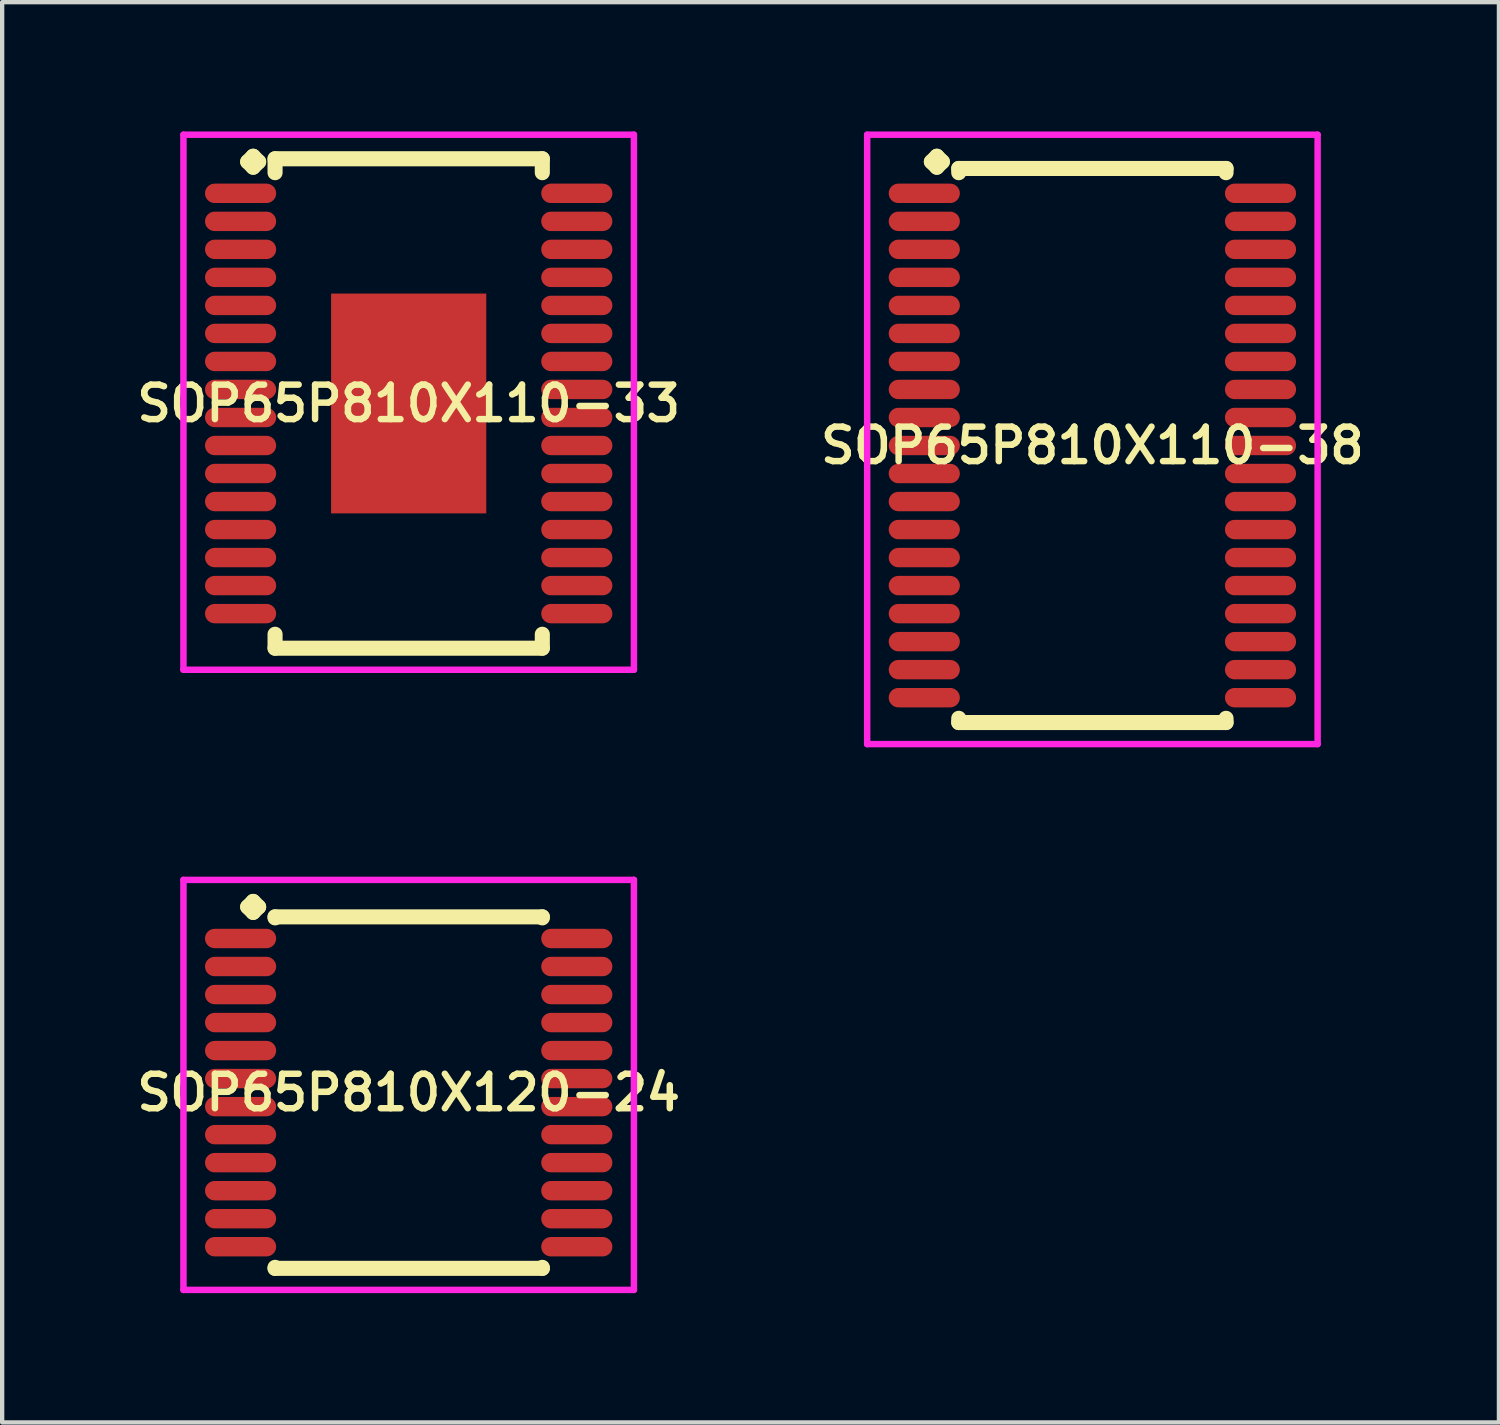
<source format=kicad_pcb>
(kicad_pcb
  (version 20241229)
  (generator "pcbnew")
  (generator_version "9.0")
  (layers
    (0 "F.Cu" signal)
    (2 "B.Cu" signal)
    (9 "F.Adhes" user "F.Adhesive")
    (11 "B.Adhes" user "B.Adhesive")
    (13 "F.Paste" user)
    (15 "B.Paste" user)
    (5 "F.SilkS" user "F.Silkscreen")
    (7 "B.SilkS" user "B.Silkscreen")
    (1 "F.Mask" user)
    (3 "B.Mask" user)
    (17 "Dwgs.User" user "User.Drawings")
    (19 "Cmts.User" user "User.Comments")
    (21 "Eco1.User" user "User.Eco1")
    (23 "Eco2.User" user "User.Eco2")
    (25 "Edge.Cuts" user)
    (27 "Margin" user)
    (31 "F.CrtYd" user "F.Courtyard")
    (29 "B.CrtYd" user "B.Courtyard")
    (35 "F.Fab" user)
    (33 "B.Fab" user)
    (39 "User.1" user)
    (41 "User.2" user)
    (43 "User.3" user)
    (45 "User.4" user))
  (footprint "SOP65P810X110-38"
    (layer "F.Cu")
    (at 22.292 7.285)
    (property "Reference" "SOP65P810X110-38" (at 0 0 0) (layer "F.SilkS") (effects (font (size 0.8 0.8) (thickness 0.15))))
    (attr smd)
    (fp_line (start -3.735 -6.583) (end -3.608 -6.71) (stroke (width 0.35) (type solid)) (layer "F.SilkS"))
    (fp_line (start -3.608 -6.71) (end -3.481 -6.583) (stroke (width 0.35) (type solid)) (layer "F.SilkS"))
    (fp_line (start -3.608 -6.456) (end -3.735 -6.583) (stroke (width 0.35) (type solid)) (layer "F.SilkS"))
    (fp_line (start -3.481 -6.583) (end -3.608 -6.456) (stroke (width 0.35) (type solid)) (layer "F.SilkS"))
    (fp_line (start -3.1 -6.427) (end 3.1 -6.427) (stroke (width 0.35) (type solid)) (layer "F.SilkS"))
    (fp_line (start -3.1 -6.329) (end -3.1 -6.427) (stroke (width 0.35) (type solid)) (layer "F.SilkS"))
    (fp_line (start -3.1 6.329) (end -3.1 6.427) (stroke (width 0.35) (type solid)) (layer "F.SilkS"))
    (fp_line (start -3.1 6.427) (end 3.1 6.427) (stroke (width 0.35) (type solid)) (layer "F.SilkS"))
    (fp_line (start 3.1 -6.427) (end 3.1 -6.329) (stroke (width 0.35) (type solid)) (layer "F.SilkS"))
    (fp_line (start 3.1 6.427) (end 3.1 6.329) (stroke (width 0.35) (type solid)) (layer "F.SilkS"))
    (fp_line (start -5.225 -7.21) (end 5.225 -7.21) (stroke (width 0.15) (type solid)) (layer "F.CrtYd"))
    (fp_line (start -5.225 6.927) (end -5.225 -7.21) (stroke (width 0.15) (type solid)) (layer "F.CrtYd"))
    (fp_line (start 5.225 -7.21) (end 5.225 6.927) (stroke (width 0.15) (type solid)) (layer "F.CrtYd"))
    (fp_line (start 5.225 6.927) (end -5.225 6.927) (stroke (width 0.15) (type solid)) (layer "F.CrtYd"))
    (pad "1" smd oval (at -3.9 -5.85) (size 1.65 0.45) (layers "F.Cu" "F.Mask" "F.Paste"))
    (pad "2" smd oval (at -3.9 -5.2) (size 1.65 0.45) (layers "F.Cu" "F.Mask" "F.Paste"))
    (pad "3" smd oval (at -3.9 -4.55) (size 1.65 0.45) (layers "F.Cu" "F.Mask" "F.Paste"))
    (pad "4" smd oval (at -3.9 -3.9) (size 1.65 0.45) (layers "F.Cu" "F.Mask" "F.Paste"))
    (pad "5" smd oval (at -3.9 -3.25) (size 1.65 0.45) (layers "F.Cu" "F.Mask" "F.Paste"))
    (pad "6" smd oval (at -3.9 -2.6) (size 1.65 0.45) (layers "F.Cu" "F.Mask" "F.Paste"))
    (pad "7" smd oval (at -3.9 -1.95) (size 1.65 0.45) (layers "F.Cu" "F.Mask" "F.Paste"))
    (pad "8" smd oval (at -3.9 -1.3) (size 1.65 0.45) (layers "F.Cu" "F.Mask" "F.Paste"))
    (pad "9" smd oval (at -3.9 -0.65) (size 1.65 0.45) (layers "F.Cu" "F.Mask" "F.Paste"))
    (pad "10" smd oval (at -3.9 0) (size 1.65 0.45) (layers "F.Cu" "F.Mask" "F.Paste"))
    (pad "11" smd oval (at -3.9 0.65) (size 1.65 0.45) (layers "F.Cu" "F.Mask" "F.Paste"))
    (pad "12" smd oval (at -3.9 1.3) (size 1.65 0.45) (layers "F.Cu" "F.Mask" "F.Paste"))
    (pad "13" smd oval (at -3.9 1.95) (size 1.65 0.45) (layers "F.Cu" "F.Mask" "F.Paste"))
    (pad "14" smd oval (at -3.9 2.6) (size 1.65 0.45) (layers "F.Cu" "F.Mask" "F.Paste"))
    (pad "15" smd oval (at -3.9 3.25) (size 1.65 0.45) (layers "F.Cu" "F.Mask" "F.Paste"))
    (pad "16" smd oval (at -3.9 3.9) (size 1.65 0.45) (layers "F.Cu" "F.Mask" "F.Paste"))
    (pad "17" smd oval (at -3.9 4.55) (size 1.65 0.45) (layers "F.Cu" "F.Mask" "F.Paste"))
    (pad "18" smd oval (at -3.9 5.2) (size 1.65 0.45) (layers "F.Cu" "F.Mask" "F.Paste"))
    (pad "19" smd oval (at -3.9 5.85) (size 1.65 0.45) (layers "F.Cu" "F.Mask" "F.Paste"))
    (pad "20" smd oval (at 3.9 5.85) (size 1.65 0.45) (layers "F.Cu" "F.Mask" "F.Paste"))
    (pad "21" smd oval (at 3.9 5.2) (size 1.65 0.45) (layers "F.Cu" "F.Mask" "F.Paste"))
    (pad "22" smd oval (at 3.9 4.55) (size 1.65 0.45) (layers "F.Cu" "F.Mask" "F.Paste"))
    (pad "23" smd oval (at 3.9 3.9) (size 1.65 0.45) (layers "F.Cu" "F.Mask" "F.Paste"))
    (pad "24" smd oval (at 3.9 3.25) (size 1.65 0.45) (layers "F.Cu" "F.Mask" "F.Paste"))
    (pad "25" smd oval (at 3.9 2.6) (size 1.65 0.45) (layers "F.Cu" "F.Mask" "F.Paste"))
    (pad "26" smd oval (at 3.9 1.95) (size 1.65 0.45) (layers "F.Cu" "F.Mask" "F.Paste"))
    (pad "27" smd oval (at 3.9 1.3) (size 1.65 0.45) (layers "F.Cu" "F.Mask" "F.Paste"))
    (pad "28" smd oval (at 3.9 0.65) (size 1.65 0.45) (layers "F.Cu" "F.Mask" "F.Paste"))
    (pad "29" smd oval (at 3.9 0) (size 1.65 0.45) (layers "F.Cu" "F.Mask" "F.Paste"))
    (pad "30" smd oval (at 3.9 -0.65) (size 1.65 0.45) (layers "F.Cu" "F.Mask" "F.Paste"))
    (pad "31" smd oval (at 3.9 -1.3) (size 1.65 0.45) (layers "F.Cu" "F.Mask" "F.Paste"))
    (pad "32" smd oval (at 3.9 -1.95) (size 1.65 0.45) (layers "F.Cu" "F.Mask" "F.Paste"))
    (pad "33" smd oval (at 3.9 -2.6) (size 1.65 0.45) (layers "F.Cu" "F.Mask" "F.Paste"))
    (pad "34" smd oval (at 3.9 -3.25) (size 1.65 0.45) (layers "F.Cu" "F.Mask" "F.Paste"))
    (pad "35" smd oval (at 3.9 -3.9) (size 1.65 0.45) (layers "F.Cu" "F.Mask" "F.Paste"))
    (pad "36" smd oval (at 3.9 -4.55) (size 1.65 0.45) (layers "F.Cu" "F.Mask" "F.Paste"))
    (pad "37" smd oval (at 3.9 -5.2) (size 1.65 0.45) (layers "F.Cu" "F.Mask" "F.Paste"))
    (pad "38" smd oval (at 3.9 -5.85) (size 1.65 0.45) (layers "F.Cu" "F.Mask" "F.Paste")))
  (footprint "SOP65P810X120-24"
    (layer "F.Cu")
    (at 6.431 22.297)
    (property "Reference" "SOP65P810X120-24" (at 0 0 0) (layer "F.SilkS") (effects (font (size 0.8 0.8) (thickness 0.15))))
    (attr smd)
    (fp_line (start -3.735 -4.308) (end -3.608 -4.435) (stroke (width 0.35) (type solid)) (layer "F.SilkS"))
    (fp_line (start -3.608 -4.435) (end -3.481 -4.308) (stroke (width 0.35) (type solid)) (layer "F.SilkS"))
    (fp_line (start -3.608 -4.181) (end -3.735 -4.308) (stroke (width 0.35) (type solid)) (layer "F.SilkS"))
    (fp_line (start -3.481 -4.308) (end -3.608 -4.181) (stroke (width 0.35) (type solid)) (layer "F.SilkS"))
    (fp_line (start -3.1 -4.077) (end 3.1 -4.077) (stroke (width 0.35) (type solid)) (layer "F.SilkS"))
    (fp_line (start -3.1 -4.054) (end -3.1 -4.077) (stroke (width 0.35) (type solid)) (layer "F.SilkS"))
    (fp_line (start -3.1 4.054) (end -3.1 4.077) (stroke (width 0.35) (type solid)) (layer "F.SilkS"))
    (fp_line (start -3.1 4.077) (end 3.1 4.077) (stroke (width 0.35) (type solid)) (layer "F.SilkS"))
    (fp_line (start 3.1 -4.077) (end 3.1 -4.054) (stroke (width 0.35) (type solid)) (layer "F.SilkS"))
    (fp_line (start 3.1 4.077) (end 3.1 4.054) (stroke (width 0.35) (type solid)) (layer "F.SilkS"))
    (fp_line (start -5.225 -4.935) (end 5.225 -4.935) (stroke (width 0.15) (type solid)) (layer "F.CrtYd"))
    (fp_line (start -5.225 4.577) (end -5.225 -4.935) (stroke (width 0.15) (type solid)) (layer "F.CrtYd"))
    (fp_line (start 5.225 -4.935) (end 5.225 4.577) (stroke (width 0.15) (type solid)) (layer "F.CrtYd"))
    (fp_line (start 5.225 4.577) (end -5.225 4.577) (stroke (width 0.15) (type solid)) (layer "F.CrtYd"))
    (pad "1" smd oval (at -3.9 -3.575) (size 1.65 0.45) (layers "F.Cu" "F.Mask" "F.Paste"))
    (pad "2" smd oval (at -3.9 -2.925) (size 1.65 0.45) (layers "F.Cu" "F.Mask" "F.Paste"))
    (pad "3" smd oval (at -3.9 -2.275) (size 1.65 0.45) (layers "F.Cu" "F.Mask" "F.Paste"))
    (pad "4" smd oval (at -3.9 -1.625) (size 1.65 0.45) (layers "F.Cu" "F.Mask" "F.Paste"))
    (pad "5" smd oval (at -3.9 -0.975) (size 1.65 0.45) (layers "F.Cu" "F.Mask" "F.Paste"))
    (pad "6" smd oval (at -3.9 -0.325) (size 1.65 0.45) (layers "F.Cu" "F.Mask" "F.Paste"))
    (pad "7" smd oval (at -3.9 0.325) (size 1.65 0.45) (layers "F.Cu" "F.Mask" "F.Paste"))
    (pad "8" smd oval (at -3.9 0.975) (size 1.65 0.45) (layers "F.Cu" "F.Mask" "F.Paste"))
    (pad "9" smd oval (at -3.9 1.625) (size 1.65 0.45) (layers "F.Cu" "F.Mask" "F.Paste"))
    (pad "10" smd oval (at -3.9 2.275) (size 1.65 0.45) (layers "F.Cu" "F.Mask" "F.Paste"))
    (pad "11" smd oval (at -3.9 2.925) (size 1.65 0.45) (layers "F.Cu" "F.Mask" "F.Paste"))
    (pad "12" smd oval (at -3.9 3.575) (size 1.65 0.45) (layers "F.Cu" "F.Mask" "F.Paste"))
    (pad "13" smd oval (at 3.9 3.575) (size 1.65 0.45) (layers "F.Cu" "F.Mask" "F.Paste"))
    (pad "14" smd oval (at 3.9 2.925) (size 1.65 0.45) (layers "F.Cu" "F.Mask" "F.Paste"))
    (pad "15" smd oval (at 3.9 2.275) (size 1.65 0.45) (layers "F.Cu" "F.Mask" "F.Paste"))
    (pad "16" smd oval (at 3.9 1.625) (size 1.65 0.45) (layers "F.Cu" "F.Mask" "F.Paste"))
    (pad "17" smd oval (at 3.9 0.975) (size 1.65 0.45) (layers "F.Cu" "F.Mask" "F.Paste"))
    (pad "18" smd oval (at 3.9 0.325) (size 1.65 0.45) (layers "F.Cu" "F.Mask" "F.Paste"))
    (pad "19" smd oval (at 3.9 -0.325) (size 1.65 0.45) (layers "F.Cu" "F.Mask" "F.Paste"))
    (pad "20" smd oval (at 3.9 -0.975) (size 1.65 0.45) (layers "F.Cu" "F.Mask" "F.Paste"))
    (pad "21" smd oval (at 3.9 -1.625) (size 1.65 0.45) (layers "F.Cu" "F.Mask" "F.Paste"))
    (pad "22" smd oval (at 3.9 -2.275) (size 1.65 0.45) (layers "F.Cu" "F.Mask" "F.Paste"))
    (pad "23" smd oval (at 3.9 -2.925) (size 1.65 0.45) (layers "F.Cu" "F.Mask" "F.Paste"))
    (pad "24" smd oval (at 3.9 -3.575) (size 1.65 0.45) (layers "F.Cu" "F.Mask" "F.Paste")))
  (footprint "SOP65P810X110-33"
    (layer "F.Cu")
    (at 6.431 6.31)
    (property "Reference" "SOP65P810X110-33" (at 0 0 0) (layer "F.SilkS") (effects (font (size 0.8 0.8) (thickness 0.15))))
    (attr smd)
    (fp_line (start -3.735 -5.608) (end -3.608 -5.735) (stroke (width 0.35) (type solid)) (layer "F.SilkS"))
    (fp_line (start -3.608 -5.735) (end -3.481 -5.608) (stroke (width 0.35) (type solid)) (layer "F.SilkS"))
    (fp_line (start -3.608 -5.481) (end -3.735 -5.608) (stroke (width 0.35) (type solid)) (layer "F.SilkS"))
    (fp_line (start -3.481 -5.608) (end -3.608 -5.481) (stroke (width 0.35) (type solid)) (layer "F.SilkS"))
    (fp_line (start -3.1 -5.677) (end 3.1 -5.677) (stroke (width 0.35) (type solid)) (layer "F.SilkS"))
    (fp_line (start -3.1 -5.354) (end -3.1 -5.677) (stroke (width 0.35) (type solid)) (layer "F.SilkS"))
    (fp_line (start -3.1 5.354) (end -3.1 5.677) (stroke (width 0.35) (type solid)) (layer "F.SilkS"))
    (fp_line (start -3.1 5.677) (end 3.1 5.677) (stroke (width 0.35) (type solid)) (layer "F.SilkS"))
    (fp_line (start 3.1 -5.677) (end 3.1 -5.354) (stroke (width 0.35) (type solid)) (layer "F.SilkS"))
    (fp_line (start 3.1 5.677) (end 3.1 5.354) (stroke (width 0.35) (type solid)) (layer "F.SilkS"))
    (fp_line (start -5.225 -6.235) (end 5.225 -6.235) (stroke (width 0.15) (type solid)) (layer "F.CrtYd"))
    (fp_line (start -5.225 6.177) (end -5.225 -6.235) (stroke (width 0.15) (type solid)) (layer "F.CrtYd"))
    (fp_line (start 5.225 -6.235) (end 5.225 6.177) (stroke (width 0.15) (type solid)) (layer "F.CrtYd"))
    (fp_line (start 5.225 6.177) (end -5.225 6.177) (stroke (width 0.15) (type solid)) (layer "F.CrtYd"))
    (pad "1" smd oval (at -3.9 -4.875) (size 1.65 0.45) (layers "F.Cu" "F.Mask" "F.Paste"))
    (pad "2" smd oval (at -3.9 -4.225) (size 1.65 0.45) (layers "F.Cu" "F.Mask" "F.Paste"))
    (pad "3" smd oval (at -3.9 -3.575) (size 1.65 0.45) (layers "F.Cu" "F.Mask" "F.Paste"))
    (pad "4" smd oval (at -3.9 -2.925) (size 1.65 0.45) (layers "F.Cu" "F.Mask" "F.Paste"))
    (pad "5" smd oval (at -3.9 -2.275) (size 1.65 0.45) (layers "F.Cu" "F.Mask" "F.Paste"))
    (pad "6" smd oval (at -3.9 -1.625) (size 1.65 0.45) (layers "F.Cu" "F.Mask" "F.Paste"))
    (pad "7" smd oval (at -3.9 -0.975) (size 1.65 0.45) (layers "F.Cu" "F.Mask" "F.Paste"))
    (pad "8" smd oval (at -3.9 -0.325) (size 1.65 0.45) (layers "F.Cu" "F.Mask" "F.Paste"))
    (pad "9" smd oval (at -3.9 0.325) (size 1.65 0.45) (layers "F.Cu" "F.Mask" "F.Paste"))
    (pad "10" smd oval (at -3.9 0.975) (size 1.65 0.45) (layers "F.Cu" "F.Mask" "F.Paste"))
    (pad "11" smd oval (at -3.9 1.625) (size 1.65 0.45) (layers "F.Cu" "F.Mask" "F.Paste"))
    (pad "12" smd oval (at -3.9 2.275) (size 1.65 0.45) (layers "F.Cu" "F.Mask" "F.Paste"))
    (pad "13" smd oval (at -3.9 2.925) (size 1.65 0.45) (layers "F.Cu" "F.Mask" "F.Paste"))
    (pad "14" smd oval (at -3.9 3.575) (size 1.65 0.45) (layers "F.Cu" "F.Mask" "F.Paste"))
    (pad "15" smd oval (at -3.9 4.225) (size 1.65 0.45) (layers "F.Cu" "F.Mask" "F.Paste"))
    (pad "16" smd oval (at -3.9 4.875) (size 1.65 0.45) (layers "F.Cu" "F.Mask" "F.Paste"))
    (pad "17" smd oval (at 3.9 4.875) (size 1.65 0.45) (layers "F.Cu" "F.Mask" "F.Paste"))
    (pad "18" smd oval (at 3.9 4.225) (size 1.65 0.45) (layers "F.Cu" "F.Mask" "F.Paste"))
    (pad "19" smd oval (at 3.9 3.575) (size 1.65 0.45) (layers "F.Cu" "F.Mask" "F.Paste"))
    (pad "20" smd oval (at 3.9 2.925) (size 1.65 0.45) (layers "F.Cu" "F.Mask" "F.Paste"))
    (pad "21" smd oval (at 3.9 2.275) (size 1.65 0.45) (layers "F.Cu" "F.Mask" "F.Paste"))
    (pad "22" smd oval (at 3.9 1.625) (size 1.65 0.45) (layers "F.Cu" "F.Mask" "F.Paste"))
    (pad "23" smd oval (at 3.9 0.975) (size 1.65 0.45) (layers "F.Cu" "F.Mask" "F.Paste"))
    (pad "24" smd oval (at 3.9 0.325) (size 1.65 0.45) (layers "F.Cu" "F.Mask" "F.Paste"))
    (pad "25" smd oval (at 3.9 -0.325) (size 1.65 0.45) (layers "F.Cu" "F.Mask" "F.Paste"))
    (pad "26" smd oval (at 3.9 -0.975) (size 1.65 0.45) (layers "F.Cu" "F.Mask" "F.Paste"))
    (pad "27" smd oval (at 3.9 -1.625) (size 1.65 0.45) (layers "F.Cu" "F.Mask" "F.Paste"))
    (pad "28" smd oval (at 3.9 -2.275) (size 1.65 0.45) (layers "F.Cu" "F.Mask" "F.Paste"))
    (pad "29" smd oval (at 3.9 -2.925) (size 1.65 0.45) (layers "F.Cu" "F.Mask" "F.Paste"))
    (pad "30" smd oval (at 3.9 -3.575) (size 1.65 0.45) (layers "F.Cu" "F.Mask" "F.Paste"))
    (pad "31" smd oval (at 3.9 -4.225) (size 1.65 0.45) (layers "F.Cu" "F.Mask" "F.Paste"))
    (pad "32" smd oval (at 3.9 -4.875) (size 1.65 0.45) (layers "F.Cu" "F.Mask" "F.Paste"))
    (pad "33" smd rect (at 0 0) (size 3.6 5.1) (layers "F.Cu" "F.Mask" "F.Paste")))
  (gr_rect
    (start -3 -3)
    (end 31.723 29.949)
    (stroke (width 0.1) (type default))
    (fill no)
    (layer "Edge.Cuts")))
</source>
